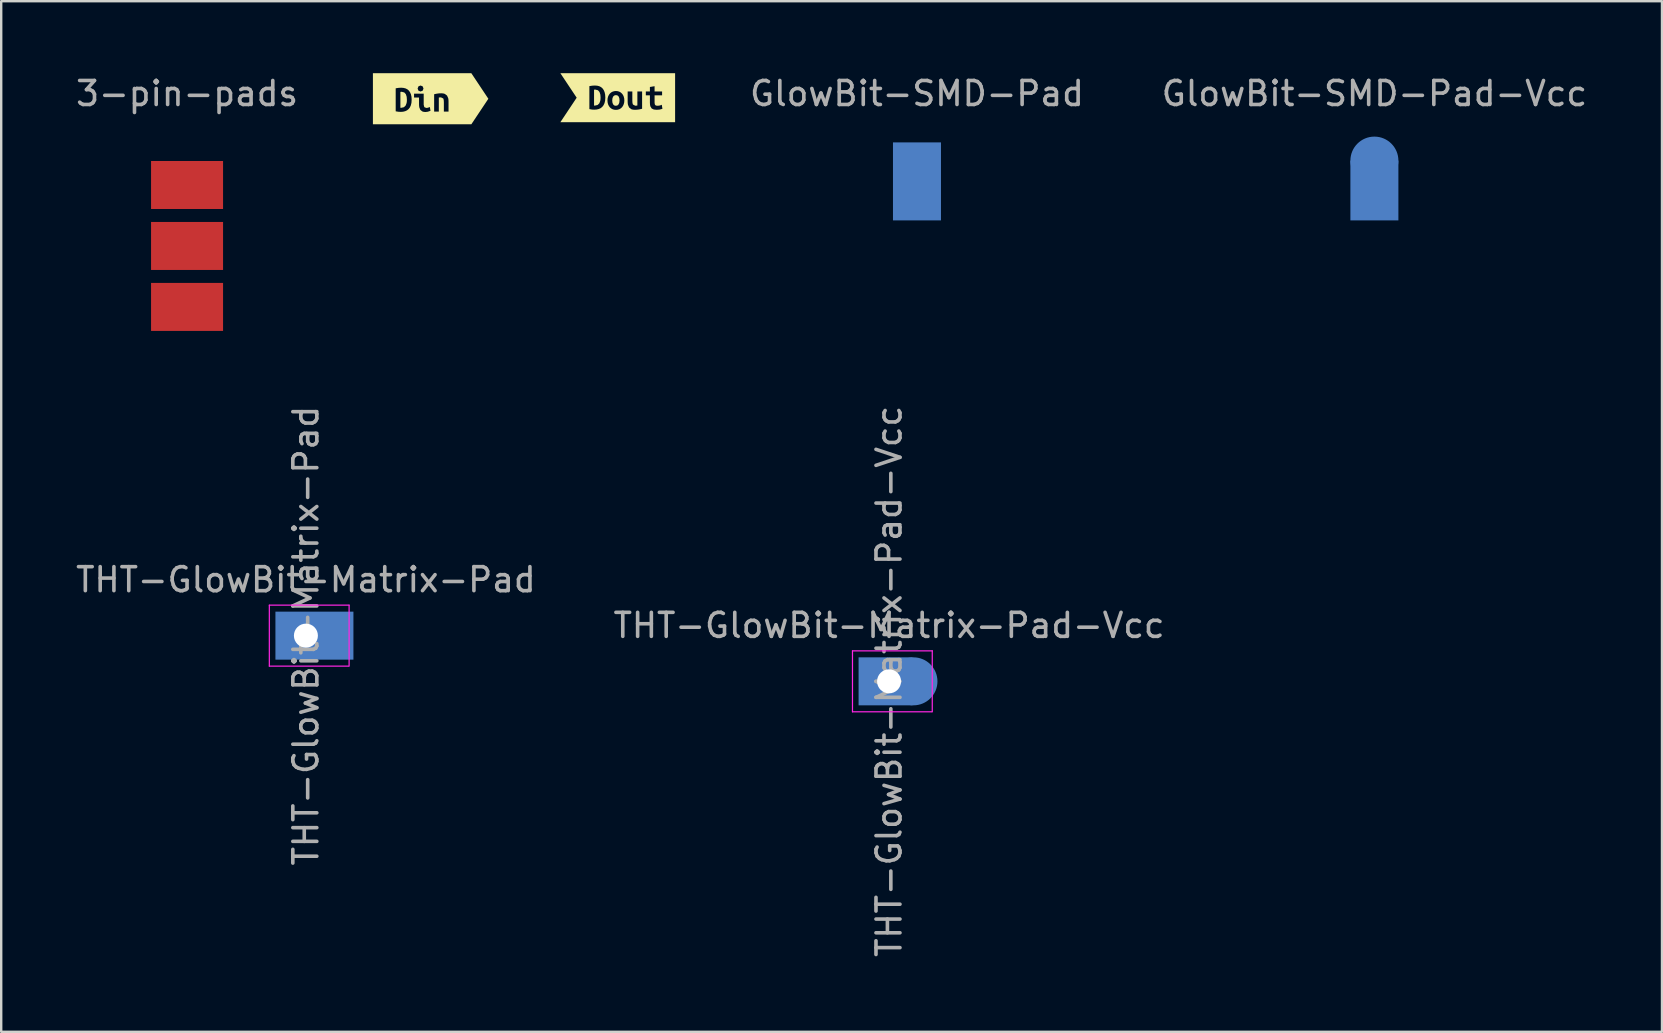
<source format=kicad_pcb>
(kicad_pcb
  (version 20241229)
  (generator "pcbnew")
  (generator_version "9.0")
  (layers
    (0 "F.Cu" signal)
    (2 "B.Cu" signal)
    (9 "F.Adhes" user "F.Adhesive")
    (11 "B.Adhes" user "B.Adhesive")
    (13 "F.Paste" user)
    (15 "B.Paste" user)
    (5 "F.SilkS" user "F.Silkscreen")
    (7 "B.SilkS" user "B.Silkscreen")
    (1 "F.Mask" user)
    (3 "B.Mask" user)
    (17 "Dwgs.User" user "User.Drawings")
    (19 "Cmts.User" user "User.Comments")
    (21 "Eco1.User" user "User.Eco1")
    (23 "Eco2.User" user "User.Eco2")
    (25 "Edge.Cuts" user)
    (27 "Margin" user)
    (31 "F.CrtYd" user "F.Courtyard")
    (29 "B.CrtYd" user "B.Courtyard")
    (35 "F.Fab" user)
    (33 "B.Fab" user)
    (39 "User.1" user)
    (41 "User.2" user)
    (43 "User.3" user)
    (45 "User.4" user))
  (footprint "Din"
    (layer "F.Cu")
    (at 14.893 1.065)
    (property "Reference" "Din" (at 0 -1.065 0) (layer "F.SilkS") (effects (font (size 0.001 0.001) (thickness 0.000003))))
    (attr exclude_from_pos_files exclude_from_bom)
    (fp_poly (pts (xy -1.26 0.375) (xy -1.243 0.377) (xy -1.226 0.377) (xy -1.114 0.352) (xy -1.041 0.282) (xy -1.001 0.176) (xy -0.992 0.112) (xy -0.989 0.042) (xy -0.998 -0.082) (xy -1.032 -0.188) (xy -1.097 -0.262) (xy -1.203 -0.29) (xy -1.232 -0.289) (xy -1.26 -0.285) (xy -1.26 0.375)) (stroke (width 0) (type solid)) (fill yes) (layer "F.SilkS"))
    (fp_poly (pts (xy -1.893 -1.064) (xy -1.33 -0.455) (xy -1.221 -0.46) (xy -1.128 -0.452) (xy -1.044 -0.431) (xy -0.97 -0.394) (xy -0.908 -0.341) (xy -0.859 -0.272) (xy -0.821 -0.186) (xy -0.798 -0.082) (xy -0.484 0.225) (xy -0.484 -0.05) (xy -0.691 -0.05) (xy -0.691 -0.212) (xy -0.289 -0.212) (xy -0.289 0.25) (xy -0.264 0.349) (xy -0.183 0.382) (xy -0.117 0.375) (xy -0.032 0.345) (xy -0.006 0.502) (xy -0.12 0.541) (xy -0.217 0.552) (xy -0.287 0.546) (xy -0.345 0.529) (xy -0.428 0.465) (xy -0.471 0.363) (xy -0.481 0.298) (xy -0.484 0.225) (xy -0.798 -0.082) (xy -0.791 0.042) (xy -0.799 0.168) (xy -0.825 0.275) (xy -0.865 0.362) (xy -0.919 0.431) (xy -0.985 0.483) (xy -1.063 0.519) (xy -1.15 0.54) (xy -1.246 0.547) (xy -1.349 0.541) (xy -1.456 0.523) (xy -1.456 -0.436) (xy -1.33 -0.455) (xy -1.893 -1.064) (xy -2.405 -1.064) (xy -2.405 1.064) (xy -1.893 1.064) (xy 1.183 1.064) (xy 0.746 0.534) (xy 0.551 0.534) (xy 0.551 0.139) (xy 0.545 0.049) (xy 0.527 -0.012) (xy 0.43 -0.058) (xy 0.387 -0.056) (xy 0.341 -0.052) (xy 0.341 0.534) (xy 0.146 0.534) (xy 0.146 -0.188) (xy 0.205 -0.202) (xy 0.275 -0.215) (xy 0.356 -0.225) (xy 0.443 -0.228) (xy 0.524 -0.222) (xy 0.591 -0.203) (xy 0.683 -0.133) (xy 0.732 -0.025) (xy 0.743 0.041) (xy 0.746 0.114) (xy 0.746 0.534) (xy 1.183 1.064) (xy 1.696 1.064) (xy 2.405 0) (xy -0.297 -0.426) (xy -0.333 -0.336) (xy -0.421 -0.302) (xy -0.507 -0.336) (xy -0.543 -0.426) (xy -0.507 -0.518) (xy -0.421 -0.552) (xy -0.333 -0.518) (xy -0.297 -0.426) (xy 2.405 0) (xy 1.696 -1.064) (xy 1.183 -1.064) (xy -1.893 -1.064)) (stroke (width 0) (type solid)) (fill yes) (layer "F.SilkS")))
  (footprint "THT-GlowBit-Matrix-Pad-Vcc"
    (layer "F.Cu")
    (at 33.994 25.339)
    (property "Reference" "THT-GlowBit-Matrix-Pad-Vcc" (at 0 -2.33 180) (layer "F.Fab") (effects (font (size 1 1) (thickness 0.15))))
    (attr through_hole)
    (fp_line (start -1.524 -1.27) (end -1.524 1.27) (stroke (width 0.05) (type solid)) (layer "F.CrtYd"))
    (fp_line (start -1.524 1.27) (end 1.778 1.27) (stroke (width 0.05) (type solid)) (layer "F.CrtYd"))
    (fp_line (start 1.8 -1.27) (end -1.524 -1.27) (stroke (width 0.05) (type solid)) (layer "F.CrtYd"))
    (fp_line (start 1.8 1.27) (end 1.8 -1.27) (stroke (width 0.05) (type solid)) (layer "F.CrtYd"))
    (fp_text user "${REFERENCE}" (at 0 0 270) (layer "F.Fab") (effects (font (size 1 1) (thickness 0.15))))
    (pad "1" smd rect (at -0.145 0) (size 2.25 2) (layers "B.Cu" "B.Mask" "B.Paste"))
    (pad "1" thru_hole circle (at 0 0) (size 1.6 1.6) (drill 1) (layers "*.Cu" "*.Mask"))
    (pad "2" smd circle (at 1.016 0) (size 2 2) (layers "B.Cu" "B.Mask" "B.Paste")))
  (footprint "3-pin-pads"
    (layer "F.Cu")
    (at 4.744 7.198)
    (property "Reference" "3-pin-pads" (at 0 -6.35 0) (layer "F.Fab") (effects (font (size 1 1) (thickness 0.15))))
    (attr through_hole)
    (pad "1" smd rect (at 0 -2.54) (size 3 2) (layers "F.Cu" "F.Mask" "F.Paste"))
    (pad "2" smd rect (at 0 0) (size 3 2) (layers "F.Cu" "F.Mask" "F.Paste"))
    (pad "3" smd rect (at 0 2.54) (size 3 2) (layers "F.Cu" "F.Mask" "F.Paste")))
  (footprint "GlowBit-SMD-Pad-Vcc"
    (layer "F.Cu")
    (at 54.216 4.658)
    (property "Reference" "GlowBit-SMD-Pad-Vcc" (at 0 -3.81 0) (layer "F.Fab") (effects (font (size 1 1) (thickness 0.15))))
    (attr through_hole)
    (pad "1" smd circle (at 0 -1.016) (size 2 2) (layers "B.Cu" "B.Mask" "B.Paste"))
    (pad "1" smd rect (at 0 0.23) (size 2 2.49) (layers "B.Cu" "B.Mask" "B.Paste")))
  (footprint "Dout"
    (layer "F.Cu")
    (at 22.689 1.021)
    (property "Reference" "Dout" (at 0 -1.02 0) (layer "F.SilkS") (effects (font (size 0.001 0.001) (thickness 0.000003))))
    (attr exclude_from_pos_files exclude_from_bom)
    (fp_poly (pts (xy -0.987 0.328) (xy -0.97 0.329) (xy -0.952 0.329) (xy -0.84 0.304) (xy -0.767 0.234) (xy -0.728 0.129) (xy -0.719 0.064) (xy -0.716 -0.006) (xy -0.725 -0.129) (xy -0.759 -0.236) (xy -0.824 -0.31) (xy -0.93 -0.337) (xy -0.959 -0.337) (xy -0.987 -0.333) (xy -0.987 0.328)) (stroke (width 0) (type solid)) (fill yes) (layer "F.SilkS"))
    (fp_poly (pts (xy -0.23 0.114) (xy -0.221 0.204) (xy -0.194 0.275) (xy -0.148 0.322) (xy -0.079 0.337) (xy -0.012 0.322) (xy 0.036 0.275) (xy 0.065 0.204) (xy 0.075 0.114) (xy 0.066 0.023) (xy 0.039 -0.048) (xy -0.008 -0.093) (xy -0.076 -0.109) (xy -0.143 -0.093) (xy -0.191 -0.048) (xy -0.22 0.023) (xy -0.23 0.114)) (stroke (width 0) (type solid)) (fill yes) (layer "F.SilkS"))
    (fp_poly (pts (xy -1.198 -1.02) (xy -0.855 -0.5) (xy -0.771 -0.479) (xy -0.696 -0.442) (xy -0.635 -0.389) (xy -0.585 -0.319) (xy -0.548 -0.233) (xy -0.371 -0.115) (xy -0.329 -0.171) (xy -0.278 -0.217) (xy -0.217 -0.251) (xy -0.149 -0.272) (xy -0.076 -0.279) (xy -0.002 -0.272) (xy 0.066 -0.251) (xy 0.126 -0.217) (xy 0.177 -0.171) (xy 0.219 -0.115) (xy 0.249 -0.048) (xy 0.269 0.028) (xy 0.275 0.112) (xy 0.269 0.197) (xy 0.249 0.273) (xy 0.473 0.406) (xy 0.426 0.296) (xy 0.416 0.229) (xy 0.413 0.156) (xy 0.413 -0.26) (xy 0.608 -0.26) (xy 0.608 0.131) (xy 0.614 0.221) (xy 0.633 0.284) (xy 0.729 0.334) (xy 0.818 0.326) (xy 0.818 -0.26) (xy 1.015 -0.26) (xy 1.17 -0.098) (xy 1.17 -0.26) (xy 1.34 -0.26) (xy 1.34 -0.447) (xy 1.535 -0.479) (xy 1.535 -0.26) (xy 1.848 -0.26) (xy 1.848 -0.098) (xy 1.535 -0.098) (xy 1.535 0.204) (xy 1.543 0.271) (xy 1.565 0.31) (xy 1.6 0.329) (xy 1.646 0.334) (xy 1.696 0.333) (xy 1.741 0.327) (xy 1.785 0.315) (xy 1.835 0.294) (xy 1.862 0.463) (xy 1.746 0.495) (xy 1.624 0.504) (xy 1.504 0.493) (xy 1.415 0.45) (xy 1.359 0.36) (xy 1.345 0.293) (xy 1.34 0.209) (xy 1.34 -0.098) (xy 1.17 -0.098) (xy 1.015 -0.26) (xy 1.015 0.461) (xy 0.955 0.475) (xy 0.884 0.49) (xy 0.803 0.5) (xy 0.716 0.504) (xy 0.632 0.498) (xy 0.565 0.479) (xy 0.473 0.406) (xy 0.249 0.273) (xy 0.219 0.34) (xy 0.178 0.398) (xy 0.127 0.444) (xy 0.068 0.479) (xy -0.000375 0.5) (xy -0.076 0.507) (xy -0.152 0.5) (xy -0.22 0.479) (xy -0.28 0.444) (xy -0.331 0.398) (xy -0.372 0.34) (xy -0.403 0.273) (xy -0.422 0.197) (xy -0.428 0.112) (xy -0.422 0.028) (xy -0.402 -0.048) (xy -0.371 -0.115) (xy -0.548 -0.233) (xy -0.525 -0.129) (xy -0.517 -0.006) (xy -0.526 0.121) (xy -0.551 0.227) (xy -0.592 0.314) (xy -0.646 0.383) (xy -0.712 0.436) (xy -0.79 0.471) (xy -0.877 0.492) (xy -0.973 0.499) (xy -1.075 0.494) (xy -1.182 0.475) (xy -1.182 -0.483) (xy -1.057 -0.502) (xy -0.948 -0.507) (xy -0.855 -0.5) (xy -1.198 -1.02) (xy -1.711 -1.02) (xy -2.39 -1.02) (xy -1.711 0) (xy -2.39 1.02) (xy -1.711 1.02) (xy -1.198 1.02) (xy 1.878 1.02) (xy 2.39 1.02) (xy 2.39 -1.02) (xy 1.878 -1.02) (xy -1.198 -1.02)) (stroke (width 0) (type solid)) (fill yes) (layer "F.SilkS")))
  (footprint "THT-GlowBit-Matrix-Pad"
    (layer "F.Cu")
    (at 9.696 23.435)
    (property "Reference" "THT-GlowBit-Matrix-Pad" (at 0 -2.33 180) (layer "F.Fab") (effects (font (size 1 1) (thickness 0.15))))
    (attr through_hole)
    (fp_line (start -1.524 -1.27) (end -1.524 1.27) (stroke (width 0.05) (type solid)) (layer "F.CrtYd"))
    (fp_line (start -1.524 1.27) (end 1.778 1.27) (stroke (width 0.05) (type solid)) (layer "F.CrtYd"))
    (fp_line (start 1.8 -1.27) (end -1.524 -1.27) (stroke (width 0.05) (type solid)) (layer "F.CrtYd"))
    (fp_line (start 1.8 1.27) (end 1.8 -1.27) (stroke (width 0.05) (type solid)) (layer "F.CrtYd"))
    (fp_text user "${REFERENCE}" (at 0 0 270) (layer "F.Fab") (effects (font (size 1 1) (thickness 0.15))))
    (pad "1" thru_hole circle (at 0 0) (size 1.6 1.6) (drill 1) (layers "*.Cu" "*.Mask"))
    (pad "1" smd rect (at 0.355 0) (size 3.25 2) (layers "B.Cu" "B.Mask" "B.Paste")))
  (footprint "GlowBit-SMD-Pad"
    (layer "F.Cu")
    (at 35.157 4.658)
    (property "Reference" "GlowBit-SMD-Pad" (at 0 -3.81 0) (layer "F.Fab") (effects (font (size 1 1) (thickness 0.15))))
    (attr through_hole)
    (pad "1" smd rect (at 0 -0.15) (size 2 3.25) (layers "B.Cu" "B.Mask" "B.Paste")))
  (gr_rect
    (start -3 -3)
    (end 66.199 39.941)
    (stroke (width 0.1) (type default))
    (fill no)
    (layer "Edge.Cuts")))
</source>
